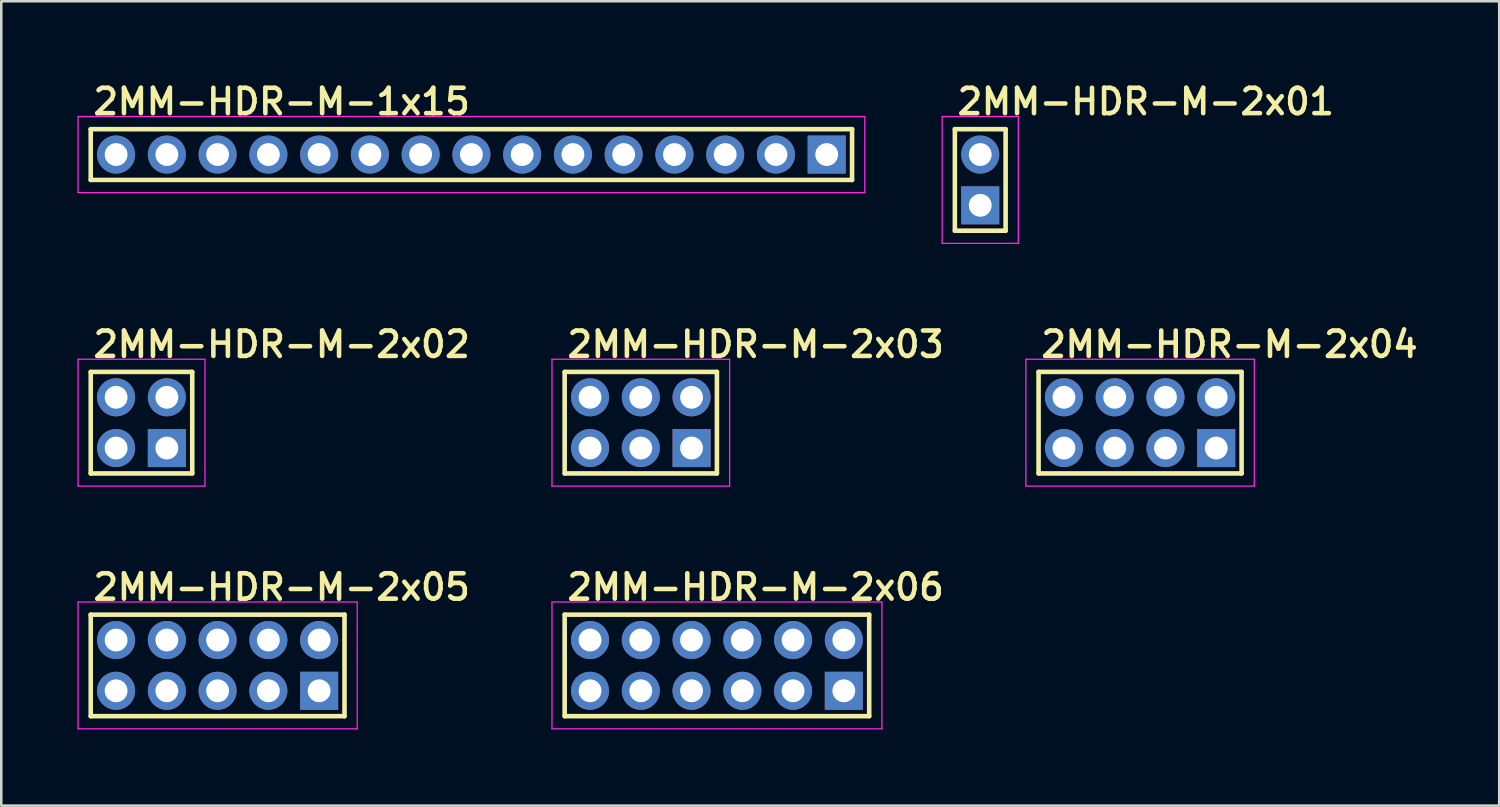
<source format=kicad_pcb>
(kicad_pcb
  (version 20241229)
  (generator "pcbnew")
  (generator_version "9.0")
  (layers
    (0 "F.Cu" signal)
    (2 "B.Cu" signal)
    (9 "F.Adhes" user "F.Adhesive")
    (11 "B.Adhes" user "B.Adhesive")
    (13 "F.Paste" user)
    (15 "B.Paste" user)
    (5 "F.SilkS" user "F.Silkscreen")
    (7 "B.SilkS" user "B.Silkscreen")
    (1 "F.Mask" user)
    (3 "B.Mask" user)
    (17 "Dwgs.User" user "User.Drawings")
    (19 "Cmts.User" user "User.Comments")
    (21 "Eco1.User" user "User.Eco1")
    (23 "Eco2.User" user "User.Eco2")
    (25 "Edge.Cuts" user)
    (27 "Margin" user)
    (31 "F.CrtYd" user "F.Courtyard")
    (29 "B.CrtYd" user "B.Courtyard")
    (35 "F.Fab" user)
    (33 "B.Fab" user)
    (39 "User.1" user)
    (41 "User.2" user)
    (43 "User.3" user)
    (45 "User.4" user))
  (footprint "2MM-HDR-M-2x04"
    (layer "F.Cu")
    (at 41.874 13.605)
    (property "Reference" "2MM-HDR-M-2x04" (at -4 -2.5 0) (layer "F.SilkS") (effects (font (size 1 1) (thickness 0.18)) (justify left bottom)))
    (attr through_hole)
    (fp_line (start -4 -2) (end 4 -2) (stroke (width 0.18) (type solid)) (layer "F.SilkS"))
    (fp_line (start -4 2) (end -4 -2) (stroke (width 0.18) (type solid)) (layer "F.SilkS"))
    (fp_line (start 4 -2) (end 4 2) (stroke (width 0.18) (type solid)) (layer "F.SilkS"))
    (fp_line (start 4 2) (end -4 2) (stroke (width 0.18) (type solid)) (layer "F.SilkS"))
    (fp_line (start -4.5 -2.5) (end 4.5 -2.5) (stroke (width 0.05) (type solid)) (layer "F.CrtYd"))
    (fp_line (start -4.5 2.5) (end -4.5 -2.5) (stroke (width 0.05) (type solid)) (layer "F.CrtYd"))
    (fp_line (start 4.5 -2.5) (end 4.5 2.5) (stroke (width 0.05) (type solid)) (layer "F.CrtYd"))
    (fp_line (start 4.5 2.5) (end -4.5 2.5) (stroke (width 0.05) (type solid)) (layer "F.CrtYd"))
    (pad "1" thru_hole rect (at 3 1) (size 1.5 1.5) (drill 0.9) (layers "*.Cu" "*.Mask"))
    (pad "2" thru_hole circle (at 3 -1) (size 1.5 1.5) (drill 0.9) (layers "*.Cu" "*.Mask"))
    (pad "3" thru_hole circle (at 1 1) (size 1.5 1.5) (drill 0.9) (layers "*.Cu" "*.Mask"))
    (pad "4" thru_hole circle (at 1 -1) (size 1.5 1.5) (drill 0.9) (layers "*.Cu" "*.Mask"))
    (pad "5" thru_hole circle (at -1 1) (size 1.5 1.5) (drill 0.9) (layers "*.Cu" "*.Mask"))
    (pad "6" thru_hole circle (at -1 -1) (size 1.5 1.5) (drill 0.9) (layers "*.Cu" "*.Mask"))
    (pad "7" thru_hole circle (at -3 1) (size 1.5 1.5) (drill 0.9) (layers "*.Cu" "*.Mask"))
    (pad "8" thru_hole circle (at -3 -1) (size 1.5 1.5) (drill 0.9) (layers "*.Cu" "*.Mask")))
  (footprint "2MM-HDR-M-2x03"
    (layer "F.Cu")
    (at 22.2 13.605)
    (property "Reference" "2MM-HDR-M-2x03" (at -3 -2.5 0) (layer "F.SilkS") (effects (font (size 1 1) (thickness 0.18)) (justify left bottom)))
    (attr through_hole)
    (fp_line (start -3 -2) (end 3 -2) (stroke (width 0.18) (type solid)) (layer "F.SilkS"))
    (fp_line (start -3 2) (end -3 -2) (stroke (width 0.18) (type solid)) (layer "F.SilkS"))
    (fp_line (start 3 -2) (end 3 2) (stroke (width 0.18) (type solid)) (layer "F.SilkS"))
    (fp_line (start 3 2) (end -3 2) (stroke (width 0.18) (type solid)) (layer "F.SilkS"))
    (fp_line (start -3.5 -2.5) (end 3.5 -2.5) (stroke (width 0.05) (type solid)) (layer "F.CrtYd"))
    (fp_line (start -3.5 2.5) (end -3.5 -2.5) (stroke (width 0.05) (type solid)) (layer "F.CrtYd"))
    (fp_line (start 3.5 -2.5) (end 3.5 2.5) (stroke (width 0.05) (type solid)) (layer "F.CrtYd"))
    (fp_line (start 3.5 2.5) (end -3.5 2.5) (stroke (width 0.05) (type solid)) (layer "F.CrtYd"))
    (pad "1" thru_hole rect (at 2 1) (size 1.5 1.5) (drill 0.9) (layers "*.Cu" "*.Mask"))
    (pad "2" thru_hole circle (at 2 -1) (size 1.5 1.5) (drill 0.9) (layers "*.Cu" "*.Mask"))
    (pad "3" thru_hole circle (at 0 1) (size 1.5 1.5) (drill 0.9) (layers "*.Cu" "*.Mask"))
    (pad "4" thru_hole circle (at 0 -1) (size 1.5 1.5) (drill 0.9) (layers "*.Cu" "*.Mask"))
    (pad "5" thru_hole circle (at -2 1) (size 1.5 1.5) (drill 0.9) (layers "*.Cu" "*.Mask"))
    (pad "6" thru_hole circle (at -2 -1) (size 1.5 1.5) (drill 0.9) (layers "*.Cu" "*.Mask")))
  (footprint "2MM-HDR-M-2x01"
    (layer "F.Cu")
    (at 35.575 4.04)
    (property "Reference" "2MM-HDR-M-2x01" (at -1 -2.5 0) (layer "F.SilkS") (effects (font (size 1 1) (thickness 0.18)) (justify left bottom)))
    (attr through_hole)
    (fp_line (start -1 -2) (end 1 -2) (stroke (width 0.18) (type solid)) (layer "F.SilkS"))
    (fp_line (start -1 2) (end -1 -2) (stroke (width 0.18) (type solid)) (layer "F.SilkS"))
    (fp_line (start 1 -2) (end 1 2) (stroke (width 0.18) (type solid)) (layer "F.SilkS"))
    (fp_line (start 1 2) (end -1 2) (stroke (width 0.18) (type solid)) (layer "F.SilkS"))
    (fp_line (start -1.5 -2.5) (end 1.5 -2.5) (stroke (width 0.05) (type solid)) (layer "F.CrtYd"))
    (fp_line (start -1.5 2.5) (end -1.5 -2.5) (stroke (width 0.05) (type solid)) (layer "F.CrtYd"))
    (fp_line (start 1.5 -2.5) (end 1.5 2.5) (stroke (width 0.05) (type solid)) (layer "F.CrtYd"))
    (fp_line (start 1.5 2.5) (end -1.5 2.5) (stroke (width 0.05) (type solid)) (layer "F.CrtYd"))
    (pad "1" thru_hole rect (at 0 1) (size 1.5 1.5) (drill 0.9) (layers "*.Cu" "*.Mask"))
    (pad "2" thru_hole circle (at 0 -1) (size 1.5 1.5) (drill 0.9) (layers "*.Cu" "*.Mask")))
  (footprint "2MM-HDR-M-2x02"
    (layer "F.Cu")
    (at 2.525 13.605)
    (property "Reference" "2MM-HDR-M-2x02" (at -2 -2.5 0) (layer "F.SilkS") (effects (font (size 1 1) (thickness 0.18)) (justify left bottom)))
    (attr through_hole)
    (fp_line (start -2 -2) (end 2 -2) (stroke (width 0.18) (type solid)) (layer "F.SilkS"))
    (fp_line (start -2 2) (end -2 -2) (stroke (width 0.18) (type solid)) (layer "F.SilkS"))
    (fp_line (start 2 -2) (end 2 2) (stroke (width 0.18) (type solid)) (layer "F.SilkS"))
    (fp_line (start 2 2) (end -2 2) (stroke (width 0.18) (type solid)) (layer "F.SilkS"))
    (fp_line (start -2.5 -2.5) (end 2.5 -2.5) (stroke (width 0.05) (type solid)) (layer "F.CrtYd"))
    (fp_line (start -2.5 2.5) (end -2.5 -2.5) (stroke (width 0.05) (type solid)) (layer "F.CrtYd"))
    (fp_line (start 2.5 -2.5) (end 2.5 2.5) (stroke (width 0.05) (type solid)) (layer "F.CrtYd"))
    (fp_line (start 2.5 2.5) (end -2.5 2.5) (stroke (width 0.05) (type solid)) (layer "F.CrtYd"))
    (pad "1" thru_hole rect (at 1 1) (size 1.5 1.5) (drill 0.9) (layers "*.Cu" "*.Mask"))
    (pad "2" thru_hole circle (at 1 -1) (size 1.5 1.5) (drill 0.9) (layers "*.Cu" "*.Mask"))
    (pad "3" thru_hole circle (at -1 1) (size 1.5 1.5) (drill 0.9) (layers "*.Cu" "*.Mask"))
    (pad "4" thru_hole circle (at -1 -1) (size 1.5 1.5) (drill 0.9) (layers "*.Cu" "*.Mask")))
  (footprint "2MM-HDR-M-2x06"
    (layer "F.Cu")
    (at 25.2 23.17)
    (property "Reference" "2MM-HDR-M-2x06" (at -6 -2.5 0) (layer "F.SilkS") (effects (font (size 1 1) (thickness 0.18)) (justify left bottom)))
    (attr through_hole)
    (fp_line (start -6 -2) (end 6 -2) (stroke (width 0.18) (type solid)) (layer "F.SilkS"))
    (fp_line (start -6 2) (end -6 -2) (stroke (width 0.18) (type solid)) (layer "F.SilkS"))
    (fp_line (start 6 -2) (end 6 2) (stroke (width 0.18) (type solid)) (layer "F.SilkS"))
    (fp_line (start 6 2) (end -6 2) (stroke (width 0.18) (type solid)) (layer "F.SilkS"))
    (fp_line (start -6.5 -2.5) (end 6.5 -2.5) (stroke (width 0.05) (type solid)) (layer "F.CrtYd"))
    (fp_line (start -6.5 2.5) (end -6.5 -2.5) (stroke (width 0.05) (type solid)) (layer "F.CrtYd"))
    (fp_line (start 6.5 -2.5) (end 6.5 2.5) (stroke (width 0.05) (type solid)) (layer "F.CrtYd"))
    (fp_line (start 6.5 2.5) (end -6.5 2.5) (stroke (width 0.05) (type solid)) (layer "F.CrtYd"))
    (pad "1" thru_hole rect (at 5 1) (size 1.5 1.5) (drill 0.9) (layers "*.Cu" "*.Mask"))
    (pad "2" thru_hole circle (at 5 -1) (size 1.5 1.5) (drill 0.9) (layers "*.Cu" "*.Mask"))
    (pad "3" thru_hole circle (at 3 1) (size 1.5 1.5) (drill 0.9) (layers "*.Cu" "*.Mask"))
    (pad "4" thru_hole circle (at 3 -1) (size 1.5 1.5) (drill 0.9) (layers "*.Cu" "*.Mask"))
    (pad "5" thru_hole circle (at 1 1) (size 1.5 1.5) (drill 0.9) (layers "*.Cu" "*.Mask"))
    (pad "6" thru_hole circle (at 1 -1) (size 1.5 1.5) (drill 0.9) (layers "*.Cu" "*.Mask"))
    (pad "7" thru_hole circle (at -1 1) (size 1.5 1.5) (drill 0.9) (layers "*.Cu" "*.Mask"))
    (pad "8" thru_hole circle (at -1 -1) (size 1.5 1.5) (drill 0.9) (layers "*.Cu" "*.Mask"))
    (pad "9" thru_hole circle (at -3 1) (size 1.5 1.5) (drill 0.9) (layers "*.Cu" "*.Mask"))
    (pad "10" thru_hole circle (at -3 -1) (size 1.5 1.5) (drill 0.9) (layers "*.Cu" "*.Mask"))
    (pad "11" thru_hole circle (at -5 1) (size 1.5 1.5) (drill 0.9) (layers "*.Cu" "*.Mask"))
    (pad "12" thru_hole circle (at -5 -1) (size 1.5 1.5) (drill 0.9) (layers "*.Cu" "*.Mask")))
  (footprint "2MM-HDR-M-1x15"
    (layer "F.Cu")
    (at 15.525 3.04)
    (property "Reference" "2MM-HDR-M-1x15" (at -15 -1.5 0) (layer "F.SilkS") (effects (font (size 1 1) (thickness 0.18)) (justify left bottom)))
    (attr through_hole)
    (fp_line (start -15 -1) (end 15 -1) (stroke (width 0.18) (type solid)) (layer "F.SilkS"))
    (fp_line (start -15 1) (end -15 -1) (stroke (width 0.18) (type solid)) (layer "F.SilkS"))
    (fp_line (start 15 -1) (end 15 1) (stroke (width 0.18) (type solid)) (layer "F.SilkS"))
    (fp_line (start 15 1) (end -15 1) (stroke (width 0.18) (type solid)) (layer "F.SilkS"))
    (fp_line (start -15.5 -1.5) (end 15.5 -1.5) (stroke (width 0.05) (type solid)) (layer "F.CrtYd"))
    (fp_line (start -15.5 1.5) (end -15.5 -1.5) (stroke (width 0.05) (type solid)) (layer "F.CrtYd"))
    (fp_line (start 15.5 -1.5) (end 15.5 1.5) (stroke (width 0.05) (type solid)) (layer "F.CrtYd"))
    (fp_line (start 15.5 1.5) (end -15.5 1.5) (stroke (width 0.05) (type solid)) (layer "F.CrtYd"))
    (pad "1" thru_hole rect (at 14 0) (size 1.5 1.5) (drill 0.9) (layers "*.Cu" "*.Mask"))
    (pad "2" thru_hole circle (at 12 0 90) (size 1.5 1.5) (drill 0.9) (layers "*.Cu" "*.Mask"))
    (pad "3" thru_hole circle (at 10 0 90) (size 1.5 1.5) (drill 0.9) (layers "*.Cu" "*.Mask"))
    (pad "4" thru_hole circle (at 8 0 90) (size 1.5 1.5) (drill 0.9) (layers "*.Cu" "*.Mask"))
    (pad "5" thru_hole circle (at 6 0 90) (size 1.5 1.5) (drill 0.9) (layers "*.Cu" "*.Mask"))
    (pad "6" thru_hole circle (at 4 0 90) (size 1.5 1.5) (drill 0.9) (layers "*.Cu" "*.Mask"))
    (pad "7" thru_hole circle (at 2 0 90) (size 1.5 1.5) (drill 0.9) (layers "*.Cu" "*.Mask"))
    (pad "8" thru_hole circle (at 0 0 90) (size 1.5 1.5) (drill 0.9) (layers "*.Cu" "*.Mask"))
    (pad "9" thru_hole circle (at -2 0 90) (size 1.5 1.5) (drill 0.9) (layers "*.Cu" "*.Mask"))
    (pad "10" thru_hole circle (at -4 0 90) (size 1.5 1.5) (drill 0.9) (layers "*.Cu" "*.Mask"))
    (pad "11" thru_hole circle (at -6 0 90) (size 1.5 1.5) (drill 0.9) (layers "*.Cu" "*.Mask"))
    (pad "12" thru_hole circle (at -8 0 90) (size 1.5 1.5) (drill 0.9) (layers "*.Cu" "*.Mask"))
    (pad "13" thru_hole circle (at -10 0 90) (size 1.5 1.5) (drill 0.9) (layers "*.Cu" "*.Mask"))
    (pad "14" thru_hole circle (at -12 0 90) (size 1.5 1.5) (drill 0.9) (layers "*.Cu" "*.Mask"))
    (pad "15" thru_hole circle (at -14 0 90) (size 1.5 1.5) (drill 0.9) (layers "*.Cu" "*.Mask")))
  (footprint "2MM-HDR-M-2x05"
    (layer "F.Cu")
    (at 5.525 23.17)
    (property "Reference" "2MM-HDR-M-2x05" (at -5 -2.5 0) (layer "F.SilkS") (effects (font (size 1 1) (thickness 0.18)) (justify left bottom)))
    (attr through_hole)
    (fp_line (start -5 -2) (end 5 -2) (stroke (width 0.18) (type solid)) (layer "F.SilkS"))
    (fp_line (start -5 2) (end -5 -2) (stroke (width 0.18) (type solid)) (layer "F.SilkS"))
    (fp_line (start 5 -2) (end 5 2) (stroke (width 0.18) (type solid)) (layer "F.SilkS"))
    (fp_line (start 5 2) (end -5 2) (stroke (width 0.18) (type solid)) (layer "F.SilkS"))
    (fp_line (start -5.5 -2.5) (end 5.5 -2.5) (stroke (width 0.05) (type solid)) (layer "F.CrtYd"))
    (fp_line (start -5.5 2.5) (end -5.5 -2.5) (stroke (width 0.05) (type solid)) (layer "F.CrtYd"))
    (fp_line (start 5.5 -2.5) (end 5.5 2.5) (stroke (width 0.05) (type solid)) (layer "F.CrtYd"))
    (fp_line (start 5.5 2.5) (end -5.5 2.5) (stroke (width 0.05) (type solid)) (layer "F.CrtYd"))
    (pad "1" thru_hole rect (at 4 1) (size 1.5 1.5) (drill 0.9) (layers "*.Cu" "*.Mask"))
    (pad "2" thru_hole circle (at 4 -1) (size 1.5 1.5) (drill 0.9) (layers "*.Cu" "*.Mask"))
    (pad "3" thru_hole circle (at 2 1) (size 1.5 1.5) (drill 0.9) (layers "*.Cu" "*.Mask"))
    (pad "4" thru_hole circle (at 2 -1) (size 1.5 1.5) (drill 0.9) (layers "*.Cu" "*.Mask"))
    (pad "5" thru_hole circle (at 0 1) (size 1.5 1.5) (drill 0.9) (layers "*.Cu" "*.Mask"))
    (pad "6" thru_hole circle (at 0 -1) (size 1.5 1.5) (drill 0.9) (layers "*.Cu" "*.Mask"))
    (pad "7" thru_hole circle (at -2 1) (size 1.5 1.5) (drill 0.9) (layers "*.Cu" "*.Mask"))
    (pad "8" thru_hole circle (at -2 -1) (size 1.5 1.5) (drill 0.9) (layers "*.Cu" "*.Mask"))
    (pad "9" thru_hole circle (at -4 1) (size 1.5 1.5) (drill 0.9) (layers "*.Cu" "*.Mask"))
    (pad "10" thru_hole circle (at -4 -1) (size 1.5 1.5) (drill 0.9) (layers "*.Cu" "*.Mask")))
  (gr_rect
    (start -3 -3)
    (end 56.024 28.695)
    (stroke (width 0.1) (type default))
    (fill no)
    (layer "Edge.Cuts")))
</source>
